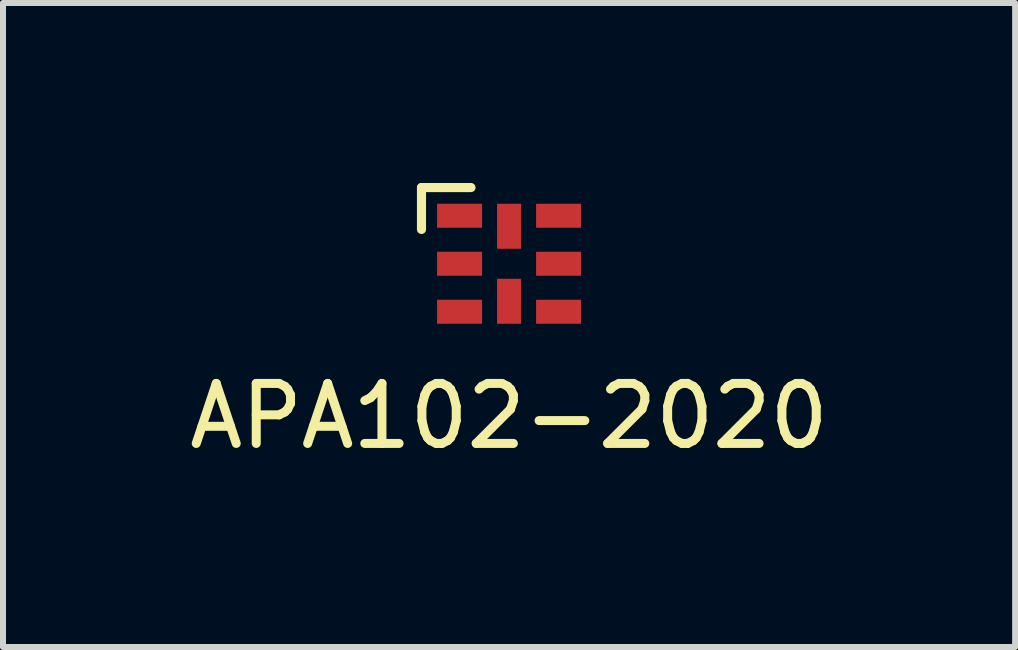
<source format=kicad_pcb>
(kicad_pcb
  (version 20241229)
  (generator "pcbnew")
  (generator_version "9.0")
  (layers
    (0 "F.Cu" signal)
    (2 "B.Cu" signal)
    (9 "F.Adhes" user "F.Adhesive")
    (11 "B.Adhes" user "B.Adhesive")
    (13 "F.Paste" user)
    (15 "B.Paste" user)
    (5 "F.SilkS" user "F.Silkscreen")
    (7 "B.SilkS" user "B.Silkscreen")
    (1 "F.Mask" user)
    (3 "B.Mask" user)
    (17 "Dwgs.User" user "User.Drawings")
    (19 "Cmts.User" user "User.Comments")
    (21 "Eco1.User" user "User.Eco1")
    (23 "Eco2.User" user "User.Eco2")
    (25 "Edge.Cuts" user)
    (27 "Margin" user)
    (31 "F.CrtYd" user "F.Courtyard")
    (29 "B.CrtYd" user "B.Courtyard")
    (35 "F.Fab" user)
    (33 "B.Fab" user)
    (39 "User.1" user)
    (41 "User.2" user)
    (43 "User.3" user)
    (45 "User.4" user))
  (footprint "APA102-2020"
    (layer "F.Cu")
    (at 5.435 1.346)
    (property "Reference" "APA102-2020" (at 0 2.54 0) (layer "F.SilkS") (effects (font (size 1 1) (thickness 0.15))))
    (attr smd)
    (fp_line (start -1.46 -1.27) (end -0.635 -1.27) (stroke (width 0.152) (type solid)) (layer "F.SilkS"))
    (fp_line (start -1.46 -0.572) (end -1.46 -1.27) (stroke (width 0.152) (type solid)) (layer "F.SilkS"))
    (pad "1" smd rect (at -0.825 -0.8) (size 0.75 0.4) (layers "F.Cu" "F.Mask" "F.Paste"))
    (pad "1" smd rect (at 0 -0.625) (size 0.4 0.75) (layers "F.Cu" "F.Mask" "F.Paste"))
    (pad "2" smd rect (at -0.825 0) (size 0.75 0.4) (layers "F.Cu" "F.Mask" "F.Paste"))
    (pad "3" smd rect (at -0.825 0.8) (size 0.75 0.4) (layers "F.Cu" "F.Mask" "F.Paste"))
    (pad "4" smd rect (at 0.825 0.8) (size 0.75 0.4) (layers "F.Cu" "F.Mask" "F.Paste"))
    (pad "5" smd rect (at 0.825 0) (size 0.75 0.4) (layers "F.Cu" "F.Mask" "F.Paste"))
    (pad "6" smd rect (at 0 0.625) (size 0.4 0.75) (layers "F.Cu" "F.Mask" "F.Paste"))
    (pad "6" smd rect (at 0.825 -0.8) (size 0.75 0.4) (layers "F.Cu" "F.Mask" "F.Paste")))
  (gr_rect
    (start -3 -3)
    (end 13.869 7.734)
    (stroke (width 0.1) (type default))
    (fill no)
    (layer "Edge.Cuts")))
</source>
